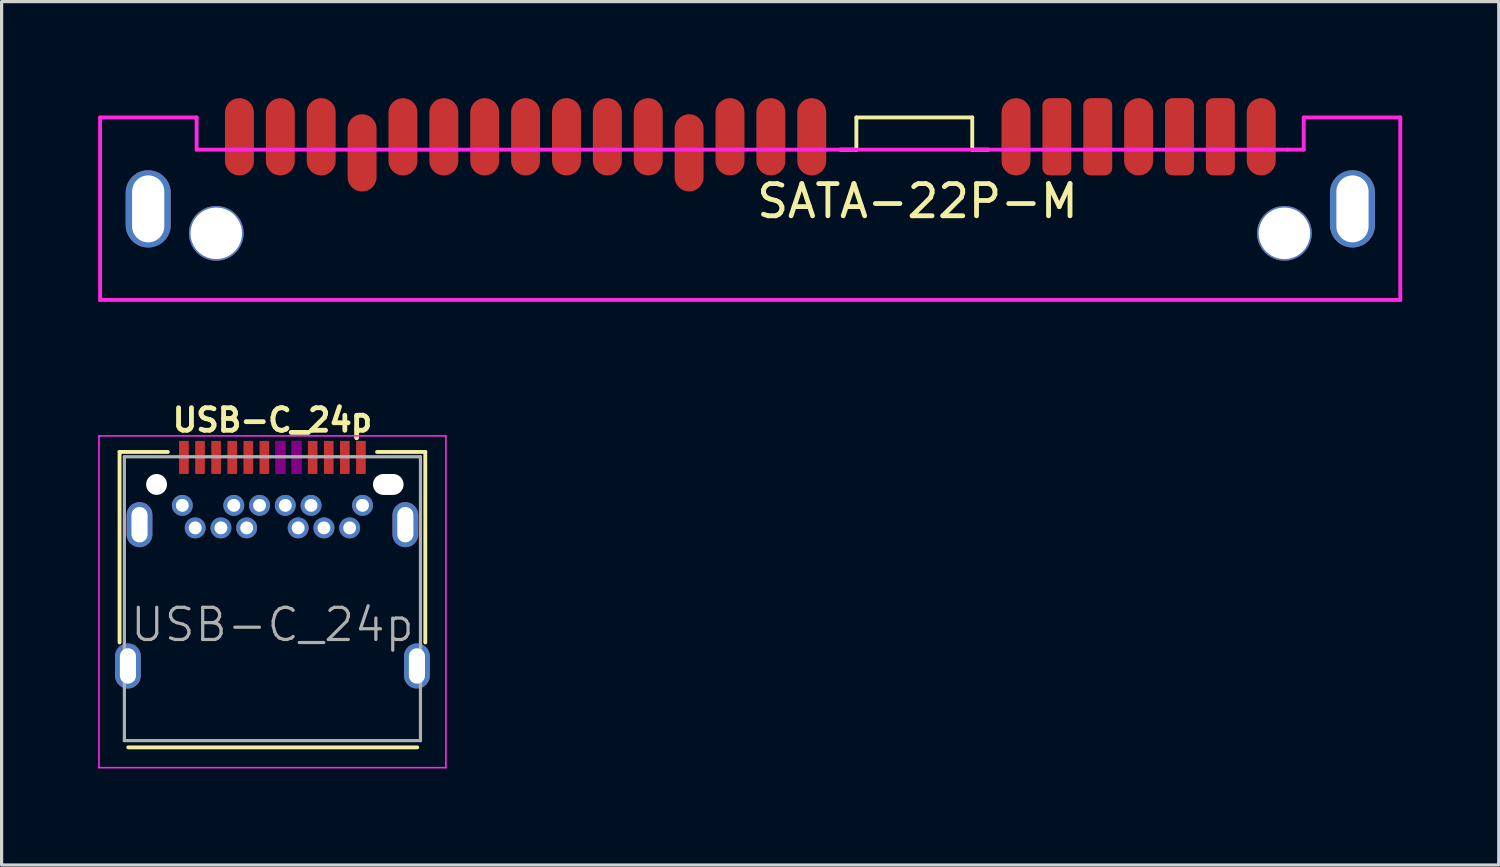
<source format=kicad_pcb>
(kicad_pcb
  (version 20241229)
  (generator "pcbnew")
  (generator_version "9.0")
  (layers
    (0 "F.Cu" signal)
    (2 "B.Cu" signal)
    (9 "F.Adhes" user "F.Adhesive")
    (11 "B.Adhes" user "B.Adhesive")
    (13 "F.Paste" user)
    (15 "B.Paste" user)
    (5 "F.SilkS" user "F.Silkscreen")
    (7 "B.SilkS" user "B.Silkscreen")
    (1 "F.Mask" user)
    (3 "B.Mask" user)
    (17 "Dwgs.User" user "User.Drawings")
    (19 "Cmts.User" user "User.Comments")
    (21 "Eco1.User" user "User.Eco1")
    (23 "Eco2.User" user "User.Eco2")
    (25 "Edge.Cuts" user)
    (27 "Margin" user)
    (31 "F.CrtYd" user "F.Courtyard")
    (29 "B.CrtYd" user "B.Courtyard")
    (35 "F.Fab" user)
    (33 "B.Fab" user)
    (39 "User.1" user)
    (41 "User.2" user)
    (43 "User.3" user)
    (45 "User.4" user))
  (footprint "SATA-22P-M"
    (layer "F.Cu")
    (at 36.86 4.2)
    (property "Reference" "SATA-22P-M" (at -11.4 -1 0) (unlocked yes) (layer "F.SilkS") (effects (font (size 1 1) (thickness 0.15))))
    (attr smd)
    (fp_line (start -13.3 -2.6) (end -13.8 -2.6) (stroke (width 0.12) (type solid)) (layer "F.SilkS"))
    (fp_line (start -13.3 -2.6) (end -13.3 -3.6) (stroke (width 0.12) (type solid)) (layer "F.SilkS"))
    (fp_line (start -9.7 -3.6) (end -13.3 -3.6) (stroke (width 0.12) (type solid)) (layer "F.SilkS"))
    (fp_line (start -9.7 -2.6) (end -9.7 -3.6) (stroke (width 0.12) (type solid)) (layer "F.SilkS"))
    (fp_line (start -9.7 -2.6) (end -9.2 -2.6) (stroke (width 0.12) (type solid)) (layer "F.SilkS"))
    (fp_line (start -36.8 -3.6) (end -33.8 -3.6) (stroke (width 0.12) (type solid)) (layer "F.CrtYd"))
    (fp_line (start -36.8 2.07) (end -36.8 -3.6) (stroke (width 0.12) (type solid)) (layer "F.CrtYd"))
    (fp_line (start -36.8 2.07) (end 3.6 2.07) (stroke (width 0.12) (type solid)) (layer "F.CrtYd"))
    (fp_line (start -33.8 -3.6) (end -33.8 -2.6) (stroke (width 0.12) (type solid)) (layer "F.CrtYd"))
    (fp_line (start -33.8 -2.6) (end 0.1 -2.6) (stroke (width 0.12) (type solid)) (layer "F.CrtYd"))
    (fp_line (start 0.1 -2.6) (end 0.6 -2.6) (stroke (width 0.12) (type solid)) (layer "F.CrtYd"))
    (fp_line (start 0.6 -3.6) (end 0.6 -2.6) (stroke (width 0.12) (type solid)) (layer "F.CrtYd"))
    (fp_line (start 0.6 -3.6) (end 3.6 -3.6) (stroke (width 0.12) (type solid)) (layer "F.CrtYd"))
    (fp_line (start 3.6 -3.6) (end 3.6 2.07) (stroke (width 0.12) (type solid)) (layer "F.CrtYd"))
    (pad "" np_thru_hole circle (at -33.19 0) (size 1.7 1.7) (drill 1.6) (layers "*.Cu" "*.Mask"))
    (pad "" np_thru_hole circle (at 0 0) (size 1.7 1.7) (drill 1.6) (layers "*.Cu" "*.Mask"))
    (pad "Mt1" thru_hole oval (at 2.115 -0.76) (size 1.4 2.4) (drill oval 1 2.08) (layers "*.Cu" "*.Mask"))
    (pad "Mt2" thru_hole oval (at -35.305 -0.76) (size 1.4 2.4) (drill oval 1 2.08) (layers "*.Cu" "*.Mask"))
    (pad "P1" smd oval (at -14.687 -3) (size 0.9 2.4) (layers "F.Cu" "F.Mask" "F.Paste"))
    (pad "P2" smd oval (at -15.957 -3) (size 0.9 2.4) (layers "F.Cu" "F.Mask" "F.Paste"))
    (pad "P3" smd oval (at -17.227 -3) (size 0.9 2.4) (layers "F.Cu" "F.Mask" "F.Paste"))
    (pad "P4" smd oval (at -18.497 -2.5) (size 0.9 2.4) (layers "F.Cu" "F.Mask" "F.Paste"))
    (pad "P5" smd oval (at -19.768 -3) (size 0.9 2.4) (layers "F.Cu" "F.Mask" "F.Paste"))
    (pad "P6" smd oval (at -21.038 -3) (size 0.9 2.4) (layers "F.Cu" "F.Mask" "F.Paste"))
    (pad "P7" smd oval (at -22.308 -3) (size 0.9 2.4) (layers "F.Cu" "F.Mask" "F.Paste"))
    (pad "P8" smd oval (at -23.578 -3) (size 0.9 2.4) (layers "F.Cu" "F.Mask" "F.Paste"))
    (pad "P9" smd oval (at -24.849 -3) (size 0.9 2.4) (layers "F.Cu" "F.Mask" "F.Paste"))
    (pad "P10" smd oval (at -26.119 -3) (size 0.9 2.4) (layers "F.Cu" "F.Mask" "F.Paste"))
    (pad "P11" smd oval (at -27.389 -3) (size 0.9 2.4) (layers "F.Cu" "F.Mask" "F.Paste"))
    (pad "P12" smd oval (at -28.659 -2.5) (size 0.9 2.4) (layers "F.Cu" "F.Mask" "F.Paste"))
    (pad "P13" smd oval (at -29.93 -3) (size 0.9 2.4) (layers "F.Cu" "F.Mask" "F.Paste"))
    (pad "P14" smd oval (at -31.2 -3) (size 0.9 2.4) (layers "F.Cu" "F.Mask" "F.Paste"))
    (pad "P15" smd oval (at -32.47 -3) (size 0.9 2.4) (layers "F.Cu" "F.Mask" "F.Paste"))
    (pad "S1" smd oval (at -0.72 -3) (size 0.9 2.4) (layers "F.Cu" "F.Mask" "F.Paste"))
    (pad "S2" smd roundrect (at -1.99 -3) (size 0.9 2.4) (layers "F.Cu" "F.Mask" "F.Paste") (roundrect_rratio 0.25))
    (pad "S3" smd roundrect (at -3.26 -3) (size 0.9 2.4) (layers "F.Cu" "F.Mask" "F.Paste") (roundrect_rratio 0.25))
    (pad "S4" smd oval (at -4.53 -3) (size 0.9 2.4) (layers "F.Cu" "F.Mask" "F.Paste"))
    (pad "S5" smd roundrect (at -5.8 -3) (size 0.9 2.4) (layers "F.Cu" "F.Mask" "F.Paste") (roundrect_rratio 0.25))
    (pad "S6" smd roundrect (at -7.07 -3) (size 0.9 2.4) (layers "F.Cu" "F.Mask" "F.Paste") (roundrect_rratio 0.25))
    (pad "S7" smd oval (at -8.34 -3) (size 0.9 2.4) (layers "F.Cu" "F.Mask" "F.Paste")))
  (footprint "USB-C_24p"
    (layer "F.Cu")
    (at 5.415 16.363)
    (property "Reference" "USB-C_24p" (at 0 -6.36 180) (layer "F.SilkS") (effects (font (size 0.7 0.7) (thickness 0.15))))
    (attr smd)
    (fp_line (start -4.75 -5.37) (end -4.75 0.55) (stroke (width 0.12) (type solid)) (layer "F.SilkS"))
    (fp_line (start -4.75 -5.37) (end -3.25 -5.37) (stroke (width 0.12) (type solid)) (layer "F.SilkS"))
    (fp_line (start 3.25 -5.37) (end 4.75 -5.37) (stroke (width 0.12) (type solid)) (layer "F.SilkS"))
    (fp_line (start 4.5 3.81) (end -4.48 3.81) (stroke (width 0.12) (type solid)) (layer "F.SilkS"))
    (fp_line (start 4.75 -5.37) (end 4.75 0.55) (stroke (width 0.12) (type solid)) (layer "F.SilkS"))
    (fp_line (start -5.39 -5.87) (end 5.39 -5.87) (stroke (width 0.05) (type solid)) (layer "F.CrtYd"))
    (fp_line (start -5.39 4.44) (end -5.39 -5.87) (stroke (width 0.05) (type solid)) (layer "F.CrtYd"))
    (fp_line (start 5.39 -5.87) (end 5.39 4.44) (stroke (width 0.05) (type solid)) (layer "F.CrtYd"))
    (fp_line (start 5.39 4.44) (end -5.39 4.44) (stroke (width 0.05) (type solid)) (layer "F.CrtYd"))
    (fp_line (start -4.6 -5.22) (end 4.6 -5.22) (stroke (width 0.1) (type solid)) (layer "F.Fab"))
    (fp_line (start -4.6 3.6) (end -4.6 -5.22) (stroke (width 0.1) (type solid)) (layer "F.Fab"))
    (fp_line (start -4.6 3.6) (end 4.6 3.6) (stroke (width 0.1) (type solid)) (layer "F.Fab"))
    (fp_line (start 4.6 3.6) (end 4.6 -5.22) (stroke (width 0.1) (type solid)) (layer "F.Fab"))
    (fp_text user "${REFERENCE}" (at 0 0 180) (layer "F.Fab") (effects (font (size 1 1) (thickness 0.1))))
    (pad "" np_thru_hole circle (at -3.6 -4.36) (size 0.65 0.65) (drill 0.65) (layers "*.Cu" "*.Mask"))
    (pad "" np_thru_hole oval (at 3.6 -4.36) (size 0.95 0.65) (drill oval 0.95 0.65) (layers "*.Cu" "*.Mask"))
    (pad "A1" smd rect (at -2.75 -5.2) (size 0.3 1.026) (layers "F.Cu" "F.Mask" "F.Paste"))
    (pad "A2" smd rect (at -2.25 -5.2) (size 0.3 1.026) (layers "F.Cu" "F.Mask" "F.Paste"))
    (pad "A3" smd rect (at -1.75 -5.2) (size 0.3 1.026) (layers "F.Cu" "F.Mask" "F.Paste"))
    (pad "A4" smd rect (at -1.25 -5.2) (size 0.3 1.026) (layers "F.Cu" "F.Mask" "F.Paste"))
    (pad "A5" smd rect (at -0.75 -5.2) (size 0.3 1.026) (layers "F.Cu" "F.Mask" "F.Paste"))
    (pad "A6" smd rect (at -0.25 -5.2) (size 0.3 1.026) (layers "F.Cu" "F.Mask" "F.Paste"))
    (pad "A7" smd rect (at 0.25 -5.2) (size 0.3 1.026) (layers "F.Cu" "F.Mask" "F.Adhes" "F.Paste"))
    (pad "A8" smd rect (at 0.75 -5.2) (size 0.3 1.026) (layers "F.Cu" "F.Mask" "F.Adhes" "F.Paste"))
    (pad "A9" smd rect (at 1.25 -5.2) (size 0.3 1.026) (layers "F.Cu" "F.Mask" "F.Paste"))
    (pad "A10" smd rect (at 1.75 -5.2) (size 0.3 1.026) (layers "F.Cu" "F.Mask" "F.Paste"))
    (pad "A11" smd rect (at 2.25 -5.2) (size 0.3 1.026) (layers "F.Cu" "F.Mask" "F.Paste"))
    (pad "A12" smd rect (at 2.75 -5.2) (size 0.3 1.026) (layers "F.Cu" "F.Mask" "F.Paste"))
    (pad "B1" thru_hole circle (at 2.8 -3.71) (size 0.65 0.65) (drill 0.4) (layers "*.Cu" "*.Mask"))
    (pad "B2" thru_hole circle (at 2.4 -3.01) (size 0.65 0.65) (drill 0.4) (layers "*.Cu" "*.Mask"))
    (pad "B3" thru_hole circle (at 1.6 -3.01) (size 0.65 0.65) (drill 0.4) (layers "*.Cu" "*.Mask"))
    (pad "B4" thru_hole circle (at 1.2 -3.71) (size 0.65 0.65) (drill 0.4) (layers "*.Cu" "*.Mask"))
    (pad "B5" thru_hole circle (at 0.8 -3.01) (size 0.65 0.65) (drill 0.4) (layers "*.Cu" "*.Mask"))
    (pad "B6" thru_hole circle (at 0.4 -3.71) (size 0.65 0.65) (drill 0.4) (layers "*.Cu" "*.Mask"))
    (pad "B7" thru_hole circle (at -0.4 -3.71) (size 0.65 0.65) (drill 0.4) (layers "*.Cu" "*.Mask"))
    (pad "B8" thru_hole circle (at -0.8 -3.01) (size 0.65 0.65) (drill 0.4) (layers "*.Cu" "*.Mask"))
    (pad "B9" thru_hole circle (at -1.2 -3.71) (size 0.65 0.65) (drill 0.4) (layers "*.Cu" "*.Mask"))
    (pad "B10" thru_hole circle (at -1.6 -3.01) (size 0.65 0.65) (drill 0.4) (layers "*.Cu" "*.Mask"))
    (pad "B11" thru_hole circle (at -2.4 -3.01) (size 0.65 0.65) (drill 0.4) (layers "*.Cu" "*.Mask"))
    (pad "B12" thru_hole circle (at -2.8 -3.71) (size 0.65 0.65) (drill 0.4) (layers "*.Cu" "*.Mask"))
    (pad "S1" thru_hole oval (at -4.49 1.28) (size 0.8 1.4) (drill oval 0.5 1.1) (layers "*.Cu" "*.Mask"))
    (pad "S1" thru_hole oval (at -4.13 -3.11) (size 0.8 1.4) (drill oval 0.5 1.1) (layers "*.Cu" "*.Mask"))
    (pad "S1" thru_hole oval (at 4.13 -3.11) (size 0.8 1.4) (drill oval 0.5 1.1) (layers "*.Cu" "*.Mask"))
    (pad "S1" thru_hole oval (at 4.49 1.28) (size 0.8 1.4) (drill oval 0.5 1.1) (layers "*.Cu" "*.Mask")))
  (gr_rect
    (start -3 -3)
    (end 43.52 23.828)
    (stroke (width 0.1) (type default))
    (fill no)
    (layer "Edge.Cuts")))
</source>
